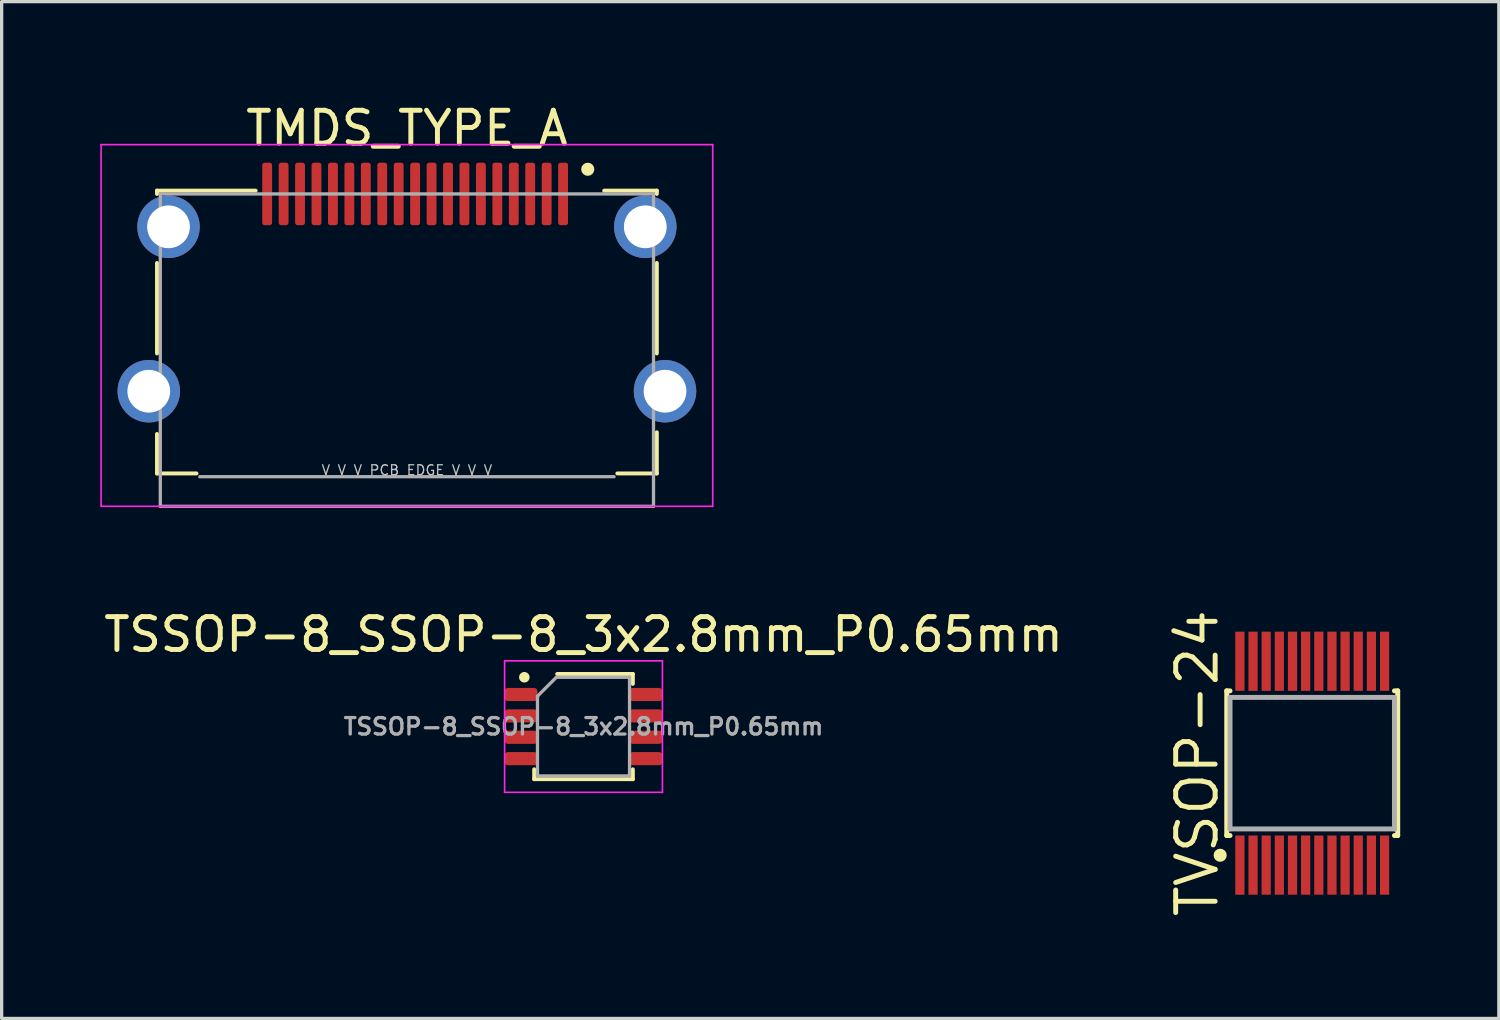
<source format=kicad_pcb>
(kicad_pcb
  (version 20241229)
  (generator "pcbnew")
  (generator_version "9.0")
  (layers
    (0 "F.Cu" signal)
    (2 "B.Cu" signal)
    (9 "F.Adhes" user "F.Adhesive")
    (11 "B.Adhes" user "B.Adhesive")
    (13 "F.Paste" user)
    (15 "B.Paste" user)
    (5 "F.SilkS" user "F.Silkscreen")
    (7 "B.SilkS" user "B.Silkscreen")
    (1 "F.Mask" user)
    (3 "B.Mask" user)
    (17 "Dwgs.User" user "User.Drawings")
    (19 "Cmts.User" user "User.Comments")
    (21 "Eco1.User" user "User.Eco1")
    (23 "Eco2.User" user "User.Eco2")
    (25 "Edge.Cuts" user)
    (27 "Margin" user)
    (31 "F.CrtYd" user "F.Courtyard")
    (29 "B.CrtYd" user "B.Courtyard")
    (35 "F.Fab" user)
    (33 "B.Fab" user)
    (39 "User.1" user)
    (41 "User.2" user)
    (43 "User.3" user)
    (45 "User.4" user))
  (footprint "TMDS_TYPE_A"
    (layer "F.Cu")
    (at 9.325 3.848)
    (property "Reference" "TMDS_TYPE_A" (at 0 -3 0) (layer "F.SilkS") (effects (font (size 1 1) (thickness 0.15))))
    (attr through_hole)
    (fp_line (start -7.6 -1.1) (end -4.6 -1.1) (stroke (width 0.12) (type solid)) (layer "F.SilkS"))
    (fp_line (start -7.6 -1) (end -7.6 -1.1) (stroke (width 0.12) (type solid)) (layer "F.SilkS"))
    (fp_line (start -7.6 3.85) (end -7.6 1.1) (stroke (width 0.12) (type solid)) (layer "F.SilkS"))
    (fp_line (start -7.6 7.5) (end -7.6 6.3) (stroke (width 0.12) (type solid)) (layer "F.SilkS"))
    (fp_line (start -6.4 7.5) (end -7.6 7.5) (stroke (width 0.12) (type solid)) (layer "F.SilkS"))
    (fp_line (start 6 -1.1) (end 7.6 -1.1) (stroke (width 0.12) (type solid)) (layer "F.SilkS"))
    (fp_line (start 7.6 -1.1) (end 7.6 -1) (stroke (width 0.12) (type solid)) (layer "F.SilkS"))
    (fp_line (start 7.6 3.85) (end 7.6 1.1) (stroke (width 0.12) (type solid)) (layer "F.SilkS"))
    (fp_line (start 7.6 7.5) (end 6.4 7.5) (stroke (width 0.12) (type solid)) (layer "F.SilkS"))
    (fp_line (start 7.6 7.5) (end 7.6 6.25) (stroke (width 0.12) (type solid)) (layer "F.SilkS"))
    (fp_circle (center 5.5 -1.75) (end 5.6 -1.75) (stroke (width 0.2) (type solid)) (fill no) (layer "F.SilkS"))
    (fp_line (start -9.3 8.5) (end -9.3 -2.5) (stroke (width 0.05) (type solid)) (layer "F.CrtYd"))
    (fp_line (start 9.3 -2.5) (end -9.3 -2.5) (stroke (width 0.05) (type solid)) (layer "F.CrtYd"))
    (fp_line (start 9.3 8.5) (end -9.3 8.5) (stroke (width 0.05) (type solid)) (layer "F.CrtYd"))
    (fp_line (start 9.3 8.5) (end 9.3 -2.5) (stroke (width 0.05) (type solid)) (layer "F.CrtYd"))
    (fp_line (start -7.5 -1) (end -7.5 8.5) (stroke (width 0.1) (type solid)) (layer "F.Fab"))
    (fp_line (start -7.5 8.5) (end 7.5 8.5) (stroke (width 0.1) (type solid)) (layer "F.Fab"))
    (fp_line (start -6.3 7.6) (end 6.3 7.6) (stroke (width 0.1) (type solid)) (layer "F.Fab"))
    (fp_line (start 7.5 -1) (end -7.5 -1) (stroke (width 0.1) (type solid)) (layer "F.Fab"))
    (fp_line (start 7.5 8.5) (end 7.5 -1) (stroke (width 0.1) (type solid)) (layer "F.Fab"))
    (fp_text user "V V V PCB EDGE V V V" (at 0 7.4 180) (layer "Dwgs.User") (effects (font (size 0.3 0.3) (thickness 0.04))))
    (pad "0" thru_hole circle (at -7.85 5) (size 1.9 1.9) (drill 1.3) (layers "*.Cu" "*.Mask"))
    (pad "0" thru_hole circle (at -7.25 0) (size 1.9 1.9) (drill 1.3) (layers "*.Cu" "*.Mask"))
    (pad "0" thru_hole circle (at 7.25 0) (size 1.9 1.9) (drill 1.3) (layers "*.Cu" "*.Mask"))
    (pad "0" thru_hole circle (at 7.85 5) (size 1.9 1.9) (drill 1.3) (layers "*.Cu" "*.Mask"))
    (pad "1" smd roundrect (at 4.75 -1) (size 0.3 1.9) (layers "F.Cu" "F.Mask" "F.Paste") (roundrect_rratio 0.25))
    (pad "2" smd roundrect (at 4.25 -1) (size 0.3 1.9) (layers "F.Cu" "F.Mask" "F.Paste") (roundrect_rratio 0.25))
    (pad "3" smd roundrect (at 3.75 -1) (size 0.3 1.9) (layers "F.Cu" "F.Mask" "F.Paste") (roundrect_rratio 0.25))
    (pad "4" smd roundrect (at 3.25 -1) (size 0.3 1.9) (layers "F.Cu" "F.Mask" "F.Paste") (roundrect_rratio 0.25))
    (pad "5" smd roundrect (at 2.75 -1) (size 0.3 1.9) (layers "F.Cu" "F.Mask" "F.Paste") (roundrect_rratio 0.25))
    (pad "6" smd roundrect (at 2.25 -1) (size 0.3 1.9) (layers "F.Cu" "F.Mask" "F.Paste") (roundrect_rratio 0.25))
    (pad "7" smd roundrect (at 1.75 -1) (size 0.3 1.9) (layers "F.Cu" "F.Mask" "F.Paste") (roundrect_rratio 0.25))
    (pad "8" smd roundrect (at 1.25 -1) (size 0.3 1.9) (layers "F.Cu" "F.Mask" "F.Paste") (roundrect_rratio 0.25))
    (pad "9" smd roundrect (at 0.75 -1) (size 0.3 1.9) (layers "F.Cu" "F.Mask" "F.Paste") (roundrect_rratio 0.25))
    (pad "10" smd roundrect (at 0.25 -1) (size 0.3 1.9) (layers "F.Cu" "F.Mask" "F.Paste") (roundrect_rratio 0.25))
    (pad "11" smd roundrect (at -0.25 -1) (size 0.3 1.9) (layers "F.Cu" "F.Mask" "F.Paste") (roundrect_rratio 0.25))
    (pad "12" smd roundrect (at -0.75 -1) (size 0.3 1.9) (layers "F.Cu" "F.Mask" "F.Paste") (roundrect_rratio 0.25))
    (pad "13" smd roundrect (at -1.25 -1) (size 0.3 1.9) (layers "F.Cu" "F.Mask" "F.Paste") (roundrect_rratio 0.25))
    (pad "14" smd roundrect (at -1.75 -1) (size 0.3 1.9) (layers "F.Cu" "F.Mask" "F.Paste") (roundrect_rratio 0.25))
    (pad "15" smd roundrect (at -2.25 -1) (size 0.3 1.9) (layers "F.Cu" "F.Mask" "F.Paste") (roundrect_rratio 0.25))
    (pad "16" smd roundrect (at -2.75 -1) (size 0.3 1.9) (layers "F.Cu" "F.Mask" "F.Paste") (roundrect_rratio 0.25))
    (pad "17" smd roundrect (at -3.25 -1) (size 0.3 1.9) (layers "F.Cu" "F.Mask" "F.Paste") (roundrect_rratio 0.25))
    (pad "18" smd roundrect (at -3.75 -1) (size 0.3 1.9) (layers "F.Cu" "F.Mask" "F.Paste") (roundrect_rratio 0.25))
    (pad "19" smd roundrect (at -4.25 -1) (size 0.3 1.9) (layers "F.Cu" "F.Mask" "F.Paste") (roundrect_rratio 0.25)))
  (footprint "TVSOP-24"
    (layer "F.Cu")
    (at 36.858 20.16)
    (property "Reference" "TVSOP-24" (at -3.5 0 90) (layer "F.SilkS") (effects (font (size 1.2 1.2) (thickness 0.15))))
    (attr smd)
    (fp_line (start -2.6 -2.2) (end -2.6 2.2) (stroke (width 0.15) (type solid)) (layer "F.SilkS"))
    (fp_line (start -2.5 -2.2) (end -2.6 -2.2) (stroke (width 0.15) (type solid)) (layer "F.SilkS"))
    (fp_line (start -2.5 2.2) (end -2.6 2.2) (stroke (width 0.15) (type solid)) (layer "F.SilkS"))
    (fp_line (start 2.5 -2.2) (end 2.6 -2.2) (stroke (width 0.15) (type solid)) (layer "F.SilkS"))
    (fp_line (start 2.5 2.2) (end 2.6 2.2) (stroke (width 0.15) (type solid)) (layer "F.SilkS"))
    (fp_line (start 2.6 2.2) (end 2.6 -2.2) (stroke (width 0.15) (type solid)) (layer "F.SilkS"))
    (fp_circle (center -2.8 2.8) (end -2.7 2.8) (stroke (width 0.2) (type solid)) (fill no) (layer "F.SilkS"))
    (fp_line (start -2.5 -2) (end -2.5 2) (stroke (width 0.15) (type solid)) (layer "F.Fab"))
    (fp_line (start -2.5 -2) (end 2.5 -2) (stroke (width 0.15) (type solid)) (layer "F.Fab"))
    (fp_line (start -2.5 2) (end 2.5 2) (stroke (width 0.15) (type solid)) (layer "F.Fab"))
    (fp_line (start 2.5 -2) (end 2.5 2) (stroke (width 0.15) (type solid)) (layer "F.Fab"))
    (pad "1" smd rect (at -2.2 3.1) (size 0.28 1.8) (layers "F.Cu" "F.Mask" "F.Paste"))
    (pad "2" smd rect (at -1.8 3.1) (size 0.28 1.8) (layers "F.Cu" "F.Mask" "F.Paste"))
    (pad "3" smd rect (at -1.4 3.1) (size 0.28 1.8) (layers "F.Cu" "F.Mask" "F.Paste"))
    (pad "4" smd rect (at -1 3.1) (size 0.28 1.8) (layers "F.Cu" "F.Mask" "F.Paste"))
    (pad "5" smd rect (at -0.6 3.1) (size 0.28 1.8) (layers "F.Cu" "F.Mask" "F.Paste"))
    (pad "6" smd rect (at -0.2 3.1) (size 0.28 1.8) (layers "F.Cu" "F.Mask" "F.Paste"))
    (pad "7" smd rect (at 0.2 3.1) (size 0.28 1.8) (layers "F.Cu" "F.Mask" "F.Paste"))
    (pad "8" smd rect (at 0.6 3.1) (size 0.28 1.8) (layers "F.Cu" "F.Mask" "F.Paste"))
    (pad "9" smd rect (at 1 3.1) (size 0.28 1.8) (layers "F.Cu" "F.Mask" "F.Paste"))
    (pad "10" smd rect (at 1.4 3.1) (size 0.28 1.8) (layers "F.Cu" "F.Mask" "F.Paste"))
    (pad "11" smd rect (at 1.8 3.1) (size 0.28 1.8) (layers "F.Cu" "F.Mask" "F.Paste"))
    (pad "12" smd rect (at 2.2 3.1) (size 0.28 1.8) (layers "F.Cu" "F.Mask" "F.Paste"))
    (pad "13" smd rect (at 2.2 -3.1) (size 0.28 1.8) (layers "F.Cu" "F.Mask" "F.Paste"))
    (pad "14" smd rect (at 1.8 -3.1) (size 0.28 1.8) (layers "F.Cu" "F.Mask" "F.Paste"))
    (pad "15" smd rect (at 1.4 -3.1) (size 0.28 1.8) (layers "F.Cu" "F.Mask" "F.Paste"))
    (pad "16" smd rect (at 1 -3.1) (size 0.28 1.8) (layers "F.Cu" "F.Mask" "F.Paste"))
    (pad "17" smd rect (at 0.6 -3.1) (size 0.28 1.8) (layers "F.Cu" "F.Mask" "F.Paste"))
    (pad "18" smd rect (at 0.2 -3.1) (size 0.28 1.8) (layers "F.Cu" "F.Mask" "F.Paste"))
    (pad "19" smd rect (at -0.2 -3.1) (size 0.28 1.8) (layers "F.Cu" "F.Mask" "F.Paste"))
    (pad "20" smd rect (at -0.6 -3.1) (size 0.28 1.8) (layers "F.Cu" "F.Mask" "F.Paste"))
    (pad "21" smd rect (at -1 -3.1) (size 0.28 1.8) (layers "F.Cu" "F.Mask" "F.Paste"))
    (pad "22" smd rect (at -1.4 -3.1) (size 0.28 1.8) (layers "F.Cu" "F.Mask" "F.Paste"))
    (pad "23" smd rect (at -1.8 -3.1) (size 0.28 1.8) (layers "F.Cu" "F.Mask" "F.Paste"))
    (pad "24" smd rect (at -2.2 -3.1) (size 0.28 1.8) (layers "F.Cu" "F.Mask" "F.Paste")))
  (footprint "TSSOP-8_SSOP-8_3x2.8mm_P0.65mm"
    (layer "F.Cu")
    (at 14.696 19.047)
    (property "Reference" "TSSOP-8_SSOP-8_3x2.8mm_P0.65mm" (at 0 -2.8 0) (layer "F.SilkS") (effects (font (size 1 1) (thickness 0.15))))
    (attr smd)
    (fp_line (start -1.5 1.6) (end -1.5 1.3) (stroke (width 0.12) (type solid)) (layer "F.SilkS"))
    (fp_line (start 1.5 -1.6) (end -0.8 -1.6) (stroke (width 0.12) (type solid)) (layer "F.SilkS"))
    (fp_line (start 1.5 -1.3) (end 1.5 -1.6) (stroke (width 0.12) (type solid)) (layer "F.SilkS"))
    (fp_line (start 1.5 1.6) (end -1.5 1.6) (stroke (width 0.12) (type solid)) (layer "F.SilkS"))
    (fp_line (start 1.5 1.6) (end 1.5 1.3) (stroke (width 0.12) (type solid)) (layer "F.SilkS"))
    (fp_circle (center -1.8 -1.5) (end -1.7 -1.5) (stroke (width 0.12) (type solid)) (fill yes) (layer "F.SilkS"))
    (fp_line (start -2.4 -2) (end 2.4 -2) (stroke (width 0.05) (type solid)) (layer "F.CrtYd"))
    (fp_line (start -2.4 2) (end -2.4 -2) (stroke (width 0.05) (type solid)) (layer "F.CrtYd"))
    (fp_line (start 2.4 -2) (end 2.4 2) (stroke (width 0.05) (type solid)) (layer "F.CrtYd"))
    (fp_line (start 2.4 2) (end -2.4 2) (stroke (width 0.05) (type solid)) (layer "F.CrtYd"))
    (fp_line (start -1.4 1.5) (end -1.4 -0.925) (stroke (width 0.1) (type solid)) (layer "F.Fab"))
    (fp_line (start -0.825 -1.5) (end -1.4 -0.925) (stroke (width 0.1) (type solid)) (layer "F.Fab"))
    (fp_line (start -0.825 -1.5) (end 1.4 -1.5) (stroke (width 0.1) (type solid)) (layer "F.Fab"))
    (fp_line (start 1.4 -1.5) (end 1.4 1.5) (stroke (width 0.1) (type solid)) (layer "F.Fab"))
    (fp_line (start 1.4 1.5) (end -1.4 1.5) (stroke (width 0.1) (type solid)) (layer "F.Fab"))
    (fp_text user "${REFERENCE}" (at 0 0 0) (layer "F.Fab") (effects (font (size 0.5 0.5) (thickness 0.1))))
    (pad "1" smd roundrect (at -1.9 -0.975 270) (size 0.4 1) (layers "F.Cu" "F.Mask" "F.Paste") (roundrect_rratio 0.25))
    (pad "2" smd roundrect (at -1.9 -0.325 270) (size 0.4 1) (layers "F.Cu" "F.Mask" "F.Paste") (roundrect_rratio 0.25))
    (pad "3" smd roundrect (at -1.9 0.325 270) (size 0.4 1) (layers "F.Cu" "F.Mask" "F.Paste") (roundrect_rratio 0.25))
    (pad "4" smd roundrect (at -1.9 0.975 270) (size 0.4 1) (layers "F.Cu" "F.Mask" "F.Paste") (roundrect_rratio 0.25))
    (pad "5" smd roundrect (at 1.9 0.975 270) (size 0.4 1) (layers "F.Cu" "F.Mask" "F.Paste") (roundrect_rratio 0.25))
    (pad "6" smd roundrect (at 1.9 0.325 270) (size 0.4 1) (layers "F.Cu" "F.Mask" "F.Paste") (roundrect_rratio 0.25))
    (pad "7" smd roundrect (at 1.9 -0.325 270) (size 0.4 1) (layers "F.Cu" "F.Mask" "F.Paste") (roundrect_rratio 0.25))
    (pad "8" smd roundrect (at 1.9 -0.975 270) (size 0.4 1) (layers "F.Cu" "F.Mask" "F.Paste") (roundrect_rratio 0.25)))
  (gr_rect
    (start -3 -3)
    (end 42.533 27.923)
    (stroke (width 0.1) (type default))
    (fill no)
    (layer "Edge.Cuts")))
</source>
